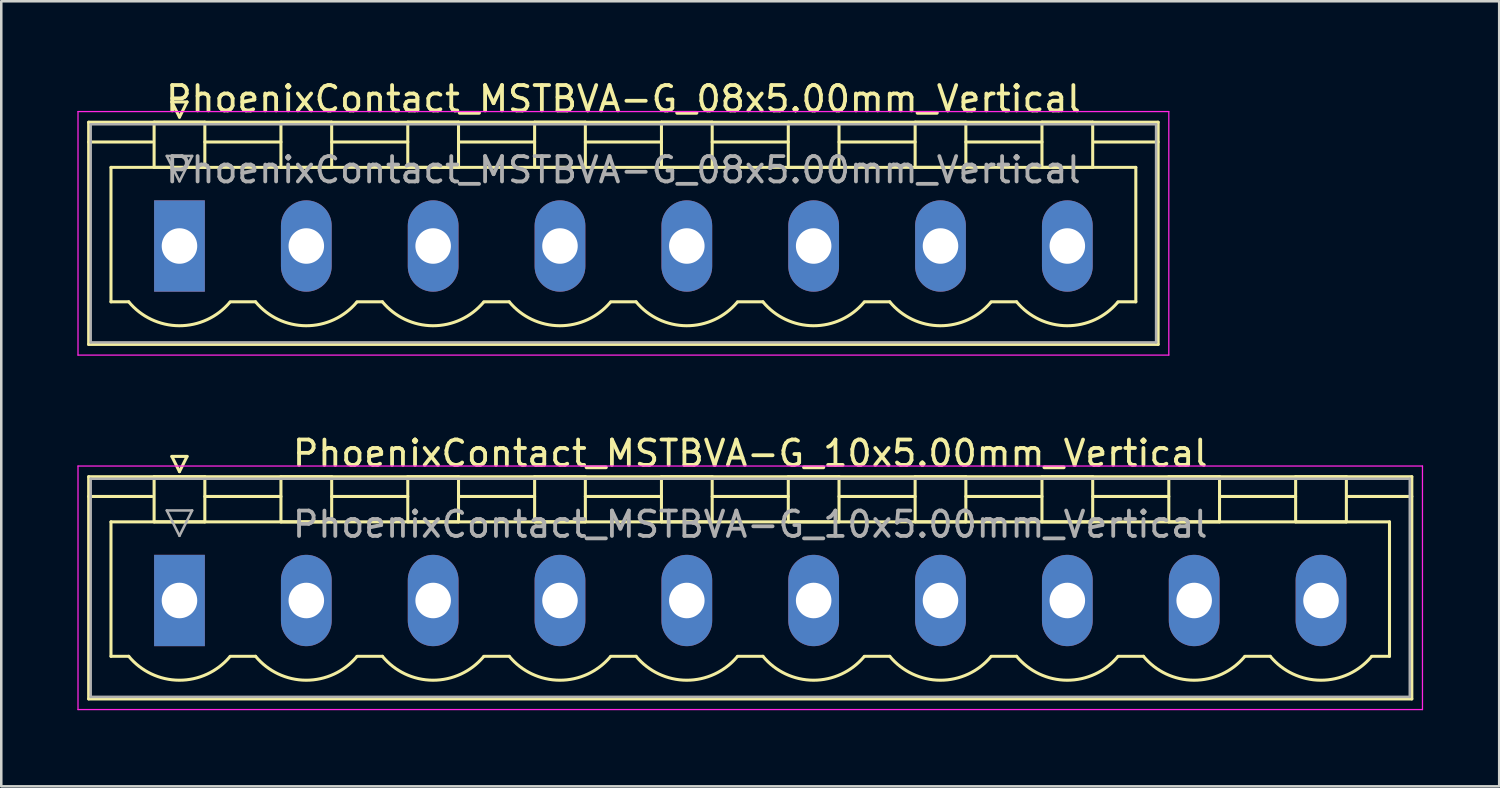
<source format=kicad_pcb>
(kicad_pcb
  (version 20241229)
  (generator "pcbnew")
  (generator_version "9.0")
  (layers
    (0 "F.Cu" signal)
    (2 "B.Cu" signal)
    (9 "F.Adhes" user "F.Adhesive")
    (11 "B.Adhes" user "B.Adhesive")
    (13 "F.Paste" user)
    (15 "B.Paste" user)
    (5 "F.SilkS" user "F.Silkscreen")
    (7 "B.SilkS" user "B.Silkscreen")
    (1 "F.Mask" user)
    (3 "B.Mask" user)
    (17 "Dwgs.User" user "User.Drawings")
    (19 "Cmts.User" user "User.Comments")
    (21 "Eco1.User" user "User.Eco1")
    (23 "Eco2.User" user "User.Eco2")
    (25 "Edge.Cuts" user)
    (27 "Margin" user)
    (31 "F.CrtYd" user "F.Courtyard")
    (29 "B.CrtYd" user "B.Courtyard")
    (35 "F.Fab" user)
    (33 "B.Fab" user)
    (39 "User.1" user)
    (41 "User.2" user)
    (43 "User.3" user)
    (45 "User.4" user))
  (footprint "PhoenixContact_MSTBVA-G_08x5.00mm_Vertical"
    (layer "F.Cu")
    (at 4.025 6.648)
    (property "Reference" "PhoenixContact_MSTBVA-G_08x5.00mm_Vertical" (at 17.5 -5.8 0) (layer "F.SilkS") (effects (font (size 1 1) (thickness 0.15))))
    (attr through_hole)
    (fp_line (start -3.58 -4.88) (end -3.58 3.88) (stroke (width 0.12) (type solid)) (layer "F.SilkS"))
    (fp_line (start -3.58 -4.1) (end -1.08 -4.1) (stroke (width 0.12) (type solid)) (layer "F.SilkS"))
    (fp_line (start -3.58 3.88) (end 38.58 3.88) (stroke (width 0.12) (type solid)) (layer "F.SilkS"))
    (fp_line (start -2.7 -3.1) (end 37.7 -3.1) (stroke (width 0.12) (type solid)) (layer "F.SilkS"))
    (fp_line (start -2.7 2.2) (end -2.7 -3.1) (stroke (width 0.12) (type solid)) (layer "F.SilkS"))
    (fp_line (start -2 2.2) (end -2.7 2.2) (stroke (width 0.12) (type solid)) (layer "F.SilkS"))
    (fp_line (start -1 -4.88) (end 1 -4.88) (stroke (width 0.12) (type solid)) (layer "F.SilkS"))
    (fp_line (start -1 -3.1) (end -1 -4.88) (stroke (width 0.12) (type solid)) (layer "F.SilkS"))
    (fp_line (start -0.3 -5.68) (end 0.3 -5.68) (stroke (width 0.12) (type solid)) (layer "F.SilkS"))
    (fp_line (start 0 -5.08) (end -0.3 -5.68) (stroke (width 0.12) (type solid)) (layer "F.SilkS"))
    (fp_line (start 0.3 -5.68) (end 0 -5.08) (stroke (width 0.12) (type solid)) (layer "F.SilkS"))
    (fp_line (start 1 -4.88) (end 1 -3.1) (stroke (width 0.12) (type solid)) (layer "F.SilkS"))
    (fp_line (start 1 -4.1) (end 4 -4.1) (stroke (width 0.12) (type solid)) (layer "F.SilkS"))
    (fp_line (start 1 -3.1) (end -1 -3.1) (stroke (width 0.12) (type solid)) (layer "F.SilkS"))
    (fp_line (start 2 2.2) (end 3 2.2) (stroke (width 0.12) (type solid)) (layer "F.SilkS"))
    (fp_line (start 4 -4.88) (end 6 -4.88) (stroke (width 0.12) (type solid)) (layer "F.SilkS"))
    (fp_line (start 4 -3.1) (end 4 -4.88) (stroke (width 0.12) (type solid)) (layer "F.SilkS"))
    (fp_line (start 6 -4.88) (end 6 -3.1) (stroke (width 0.12) (type solid)) (layer "F.SilkS"))
    (fp_line (start 6 -4.1) (end 9 -4.1) (stroke (width 0.12) (type solid)) (layer "F.SilkS"))
    (fp_line (start 6 -3.1) (end 4 -3.1) (stroke (width 0.12) (type solid)) (layer "F.SilkS"))
    (fp_line (start 7 2.2) (end 8 2.2) (stroke (width 0.12) (type solid)) (layer "F.SilkS"))
    (fp_line (start 9 -4.88) (end 11 -4.88) (stroke (width 0.12) (type solid)) (layer "F.SilkS"))
    (fp_line (start 9 -3.1) (end 9 -4.88) (stroke (width 0.12) (type solid)) (layer "F.SilkS"))
    (fp_line (start 11 -4.88) (end 11 -3.1) (stroke (width 0.12) (type solid)) (layer "F.SilkS"))
    (fp_line (start 11 -4.1) (end 14 -4.1) (stroke (width 0.12) (type solid)) (layer "F.SilkS"))
    (fp_line (start 11 -3.1) (end 9 -3.1) (stroke (width 0.12) (type solid)) (layer "F.SilkS"))
    (fp_line (start 12 2.2) (end 13 2.2) (stroke (width 0.12) (type solid)) (layer "F.SilkS"))
    (fp_line (start 14 -4.88) (end 16 -4.88) (stroke (width 0.12) (type solid)) (layer "F.SilkS"))
    (fp_line (start 14 -3.1) (end 14 -4.88) (stroke (width 0.12) (type solid)) (layer "F.SilkS"))
    (fp_line (start 16 -4.88) (end 16 -3.1) (stroke (width 0.12) (type solid)) (layer "F.SilkS"))
    (fp_line (start 16 -4.1) (end 19 -4.1) (stroke (width 0.12) (type solid)) (layer "F.SilkS"))
    (fp_line (start 16 -3.1) (end 14 -3.1) (stroke (width 0.12) (type solid)) (layer "F.SilkS"))
    (fp_line (start 17 2.2) (end 18 2.2) (stroke (width 0.12) (type solid)) (layer "F.SilkS"))
    (fp_line (start 19 -4.88) (end 21 -4.88) (stroke (width 0.12) (type solid)) (layer "F.SilkS"))
    (fp_line (start 19 -3.1) (end 19 -4.88) (stroke (width 0.12) (type solid)) (layer "F.SilkS"))
    (fp_line (start 21 -4.88) (end 21 -3.1) (stroke (width 0.12) (type solid)) (layer "F.SilkS"))
    (fp_line (start 21 -4.1) (end 24 -4.1) (stroke (width 0.12) (type solid)) (layer "F.SilkS"))
    (fp_line (start 21 -3.1) (end 19 -3.1) (stroke (width 0.12) (type solid)) (layer "F.SilkS"))
    (fp_line (start 22 2.2) (end 23 2.2) (stroke (width 0.12) (type solid)) (layer "F.SilkS"))
    (fp_line (start 24 -4.88) (end 26 -4.88) (stroke (width 0.12) (type solid)) (layer "F.SilkS"))
    (fp_line (start 24 -3.1) (end 24 -4.88) (stroke (width 0.12) (type solid)) (layer "F.SilkS"))
    (fp_line (start 26 -4.88) (end 26 -3.1) (stroke (width 0.12) (type solid)) (layer "F.SilkS"))
    (fp_line (start 26 -4.1) (end 29 -4.1) (stroke (width 0.12) (type solid)) (layer "F.SilkS"))
    (fp_line (start 26 -3.1) (end 24 -3.1) (stroke (width 0.12) (type solid)) (layer "F.SilkS"))
    (fp_line (start 27 2.2) (end 28 2.2) (stroke (width 0.12) (type solid)) (layer "F.SilkS"))
    (fp_line (start 29 -4.88) (end 31 -4.88) (stroke (width 0.12) (type solid)) (layer "F.SilkS"))
    (fp_line (start 29 -3.1) (end 29 -4.88) (stroke (width 0.12) (type solid)) (layer "F.SilkS"))
    (fp_line (start 31 -4.88) (end 31 -3.1) (stroke (width 0.12) (type solid)) (layer "F.SilkS"))
    (fp_line (start 31 -4.1) (end 34 -4.1) (stroke (width 0.12) (type solid)) (layer "F.SilkS"))
    (fp_line (start 31 -3.1) (end 29 -3.1) (stroke (width 0.12) (type solid)) (layer "F.SilkS"))
    (fp_line (start 32 2.2) (end 33 2.2) (stroke (width 0.12) (type solid)) (layer "F.SilkS"))
    (fp_line (start 34 -4.88) (end 36 -4.88) (stroke (width 0.12) (type solid)) (layer "F.SilkS"))
    (fp_line (start 34 -3.1) (end 34 -4.88) (stroke (width 0.12) (type solid)) (layer "F.SilkS"))
    (fp_line (start 36 -4.88) (end 36 -3.1) (stroke (width 0.12) (type solid)) (layer "F.SilkS"))
    (fp_line (start 36 -3.1) (end 34 -3.1) (stroke (width 0.12) (type solid)) (layer "F.SilkS"))
    (fp_line (start 37.7 -3.1) (end 37.7 2.2) (stroke (width 0.12) (type solid)) (layer "F.SilkS"))
    (fp_line (start 37.7 2.2) (end 37 2.2) (stroke (width 0.12) (type solid)) (layer "F.SilkS"))
    (fp_line (start 38.58 -4.88) (end -3.58 -4.88) (stroke (width 0.12) (type solid)) (layer "F.SilkS"))
    (fp_line (start 38.58 -4.1) (end 36.08 -4.1) (stroke (width 0.12) (type solid)) (layer "F.SilkS"))
    (fp_line (start 38.58 3.88) (end 38.58 -4.88) (stroke (width 0.12) (type solid)) (layer "F.SilkS"))
    (fp_arc (start 1.986842 2.215821) (mid -0.010289 3.142758) (end -2 2.2) (stroke (width 0.12) (type solid)) (layer "F.SilkS"))
    (fp_arc (start 6.986842 2.215821) (mid 4.989711 3.142758) (end 3 2.2) (stroke (width 0.12) (type solid)) (layer "F.SilkS"))
    (fp_arc (start 11.986842 2.215821) (mid 9.989711 3.142758) (end 8 2.2) (stroke (width 0.12) (type solid)) (layer "F.SilkS"))
    (fp_arc (start 16.986842 2.215821) (mid 14.989711 3.142758) (end 13 2.2) (stroke (width 0.12) (type solid)) (layer "F.SilkS"))
    (fp_arc (start 21.986842 2.215821) (mid 19.989711 3.142758) (end 18 2.2) (stroke (width 0.12) (type solid)) (layer "F.SilkS"))
    (fp_arc (start 26.986842 2.215821) (mid 24.989711 3.142758) (end 23 2.2) (stroke (width 0.12) (type solid)) (layer "F.SilkS"))
    (fp_arc (start 31.986842 2.215821) (mid 29.989711 3.142758) (end 28 2.2) (stroke (width 0.12) (type solid)) (layer "F.SilkS"))
    (fp_arc (start 36.986842 2.215821) (mid 34.989711 3.142758) (end 33 2.2) (stroke (width 0.12) (type solid)) (layer "F.SilkS"))
    (fp_line (start -4 -5.3) (end -4 4.3) (stroke (width 0.05) (type solid)) (layer "F.CrtYd"))
    (fp_line (start -4 4.3) (end 39 4.3) (stroke (width 0.05) (type solid)) (layer "F.CrtYd"))
    (fp_line (start 39 -5.3) (end -4 -5.3) (stroke (width 0.05) (type solid)) (layer "F.CrtYd"))
    (fp_line (start 39 4.3) (end 39 -5.3) (stroke (width 0.05) (type solid)) (layer "F.CrtYd"))
    (fp_line (start -3.5 -4.8) (end -3.5 3.8) (stroke (width 0.1) (type solid)) (layer "F.Fab"))
    (fp_line (start -3.5 3.8) (end 38.5 3.8) (stroke (width 0.1) (type solid)) (layer "F.Fab"))
    (fp_line (start -0.5 -3.55) (end 0.5 -3.55) (stroke (width 0.1) (type solid)) (layer "F.Fab"))
    (fp_line (start 0 -2.55) (end -0.5 -3.55) (stroke (width 0.1) (type solid)) (layer "F.Fab"))
    (fp_line (start 0.5 -3.55) (end 0 -2.55) (stroke (width 0.1) (type solid)) (layer "F.Fab"))
    (fp_line (start 38.5 -4.8) (end -3.5 -4.8) (stroke (width 0.1) (type solid)) (layer "F.Fab"))
    (fp_line (start 38.5 3.8) (end 38.5 -4.8) (stroke (width 0.1) (type solid)) (layer "F.Fab"))
    (fp_text user "${REFERENCE}" (at 17.5 -3 0) (layer "F.Fab") (effects (font (size 1 1) (thickness 0.15))))
    (pad "1" thru_hole rect (at 0 0) (size 2 3.6) (drill 1.4) (layers "*.Cu" "*.Mask"))
    (pad "2" thru_hole oval (at 5 0) (size 2 3.6) (drill 1.4) (layers "*.Cu" "*.Mask"))
    (pad "3" thru_hole oval (at 10 0) (size 2 3.6) (drill 1.4) (layers "*.Cu" "*.Mask"))
    (pad "4" thru_hole oval (at 15 0) (size 2 3.6) (drill 1.4) (layers "*.Cu" "*.Mask"))
    (pad "5" thru_hole oval (at 20 0) (size 2 3.6) (drill 1.4) (layers "*.Cu" "*.Mask"))
    (pad "6" thru_hole oval (at 25 0) (size 2 3.6) (drill 1.4) (layers "*.Cu" "*.Mask"))
    (pad "7" thru_hole oval (at 30 0) (size 2 3.6) (drill 1.4) (layers "*.Cu" "*.Mask"))
    (pad "8" thru_hole oval (at 35 0) (size 2 3.6) (drill 1.4) (layers "*.Cu" "*.Mask")))
  (footprint "PhoenixContact_MSTBVA-G_10x5.00mm_Vertical"
    (layer "F.Cu")
    (at 4.025 20.622)
    (property "Reference" "PhoenixContact_MSTBVA-G_10x5.00mm_Vertical" (at 22.5 -5.8 0) (layer "F.SilkS") (effects (font (size 1 1) (thickness 0.15))))
    (attr through_hole)
    (fp_line (start -3.58 -4.88) (end -3.58 3.88) (stroke (width 0.12) (type solid)) (layer "F.SilkS"))
    (fp_line (start -3.58 -4.1) (end -1.08 -4.1) (stroke (width 0.12) (type solid)) (layer "F.SilkS"))
    (fp_line (start -3.58 3.88) (end 48.58 3.88) (stroke (width 0.12) (type solid)) (layer "F.SilkS"))
    (fp_line (start -2.7 -3.1) (end 47.7 -3.1) (stroke (width 0.12) (type solid)) (layer "F.SilkS"))
    (fp_line (start -2.7 2.2) (end -2.7 -3.1) (stroke (width 0.12) (type solid)) (layer "F.SilkS"))
    (fp_line (start -2 2.2) (end -2.7 2.2) (stroke (width 0.12) (type solid)) (layer "F.SilkS"))
    (fp_line (start -1 -4.88) (end 1 -4.88) (stroke (width 0.12) (type solid)) (layer "F.SilkS"))
    (fp_line (start -1 -3.1) (end -1 -4.88) (stroke (width 0.12) (type solid)) (layer "F.SilkS"))
    (fp_line (start -0.3 -5.68) (end 0.3 -5.68) (stroke (width 0.12) (type solid)) (layer "F.SilkS"))
    (fp_line (start 0 -5.08) (end -0.3 -5.68) (stroke (width 0.12) (type solid)) (layer "F.SilkS"))
    (fp_line (start 0.3 -5.68) (end 0 -5.08) (stroke (width 0.12) (type solid)) (layer "F.SilkS"))
    (fp_line (start 1 -4.88) (end 1 -3.1) (stroke (width 0.12) (type solid)) (layer "F.SilkS"))
    (fp_line (start 1 -4.1) (end 4 -4.1) (stroke (width 0.12) (type solid)) (layer "F.SilkS"))
    (fp_line (start 1 -3.1) (end -1 -3.1) (stroke (width 0.12) (type solid)) (layer "F.SilkS"))
    (fp_line (start 2 2.2) (end 3 2.2) (stroke (width 0.12) (type solid)) (layer "F.SilkS"))
    (fp_line (start 4 -4.88) (end 6 -4.88) (stroke (width 0.12) (type solid)) (layer "F.SilkS"))
    (fp_line (start 4 -3.1) (end 4 -4.88) (stroke (width 0.12) (type solid)) (layer "F.SilkS"))
    (fp_line (start 6 -4.88) (end 6 -3.1) (stroke (width 0.12) (type solid)) (layer "F.SilkS"))
    (fp_line (start 6 -4.1) (end 9 -4.1) (stroke (width 0.12) (type solid)) (layer "F.SilkS"))
    (fp_line (start 6 -3.1) (end 4 -3.1) (stroke (width 0.12) (type solid)) (layer "F.SilkS"))
    (fp_line (start 7 2.2) (end 8 2.2) (stroke (width 0.12) (type solid)) (layer "F.SilkS"))
    (fp_line (start 9 -4.88) (end 11 -4.88) (stroke (width 0.12) (type solid)) (layer "F.SilkS"))
    (fp_line (start 9 -3.1) (end 9 -4.88) (stroke (width 0.12) (type solid)) (layer "F.SilkS"))
    (fp_line (start 11 -4.88) (end 11 -3.1) (stroke (width 0.12) (type solid)) (layer "F.SilkS"))
    (fp_line (start 11 -4.1) (end 14 -4.1) (stroke (width 0.12) (type solid)) (layer "F.SilkS"))
    (fp_line (start 11 -3.1) (end 9 -3.1) (stroke (width 0.12) (type solid)) (layer "F.SilkS"))
    (fp_line (start 12 2.2) (end 13 2.2) (stroke (width 0.12) (type solid)) (layer "F.SilkS"))
    (fp_line (start 14 -4.88) (end 16 -4.88) (stroke (width 0.12) (type solid)) (layer "F.SilkS"))
    (fp_line (start 14 -3.1) (end 14 -4.88) (stroke (width 0.12) (type solid)) (layer "F.SilkS"))
    (fp_line (start 16 -4.88) (end 16 -3.1) (stroke (width 0.12) (type solid)) (layer "F.SilkS"))
    (fp_line (start 16 -4.1) (end 19 -4.1) (stroke (width 0.12) (type solid)) (layer "F.SilkS"))
    (fp_line (start 16 -3.1) (end 14 -3.1) (stroke (width 0.12) (type solid)) (layer "F.SilkS"))
    (fp_line (start 17 2.2) (end 18 2.2) (stroke (width 0.12) (type solid)) (layer "F.SilkS"))
    (fp_line (start 19 -4.88) (end 21 -4.88) (stroke (width 0.12) (type solid)) (layer "F.SilkS"))
    (fp_line (start 19 -3.1) (end 19 -4.88) (stroke (width 0.12) (type solid)) (layer "F.SilkS"))
    (fp_line (start 21 -4.88) (end 21 -3.1) (stroke (width 0.12) (type solid)) (layer "F.SilkS"))
    (fp_line (start 21 -4.1) (end 24 -4.1) (stroke (width 0.12) (type solid)) (layer "F.SilkS"))
    (fp_line (start 21 -3.1) (end 19 -3.1) (stroke (width 0.12) (type solid)) (layer "F.SilkS"))
    (fp_line (start 22 2.2) (end 23 2.2) (stroke (width 0.12) (type solid)) (layer "F.SilkS"))
    (fp_line (start 24 -4.88) (end 26 -4.88) (stroke (width 0.12) (type solid)) (layer "F.SilkS"))
    (fp_line (start 24 -3.1) (end 24 -4.88) (stroke (width 0.12) (type solid)) (layer "F.SilkS"))
    (fp_line (start 26 -4.88) (end 26 -3.1) (stroke (width 0.12) (type solid)) (layer "F.SilkS"))
    (fp_line (start 26 -4.1) (end 29 -4.1) (stroke (width 0.12) (type solid)) (layer "F.SilkS"))
    (fp_line (start 26 -3.1) (end 24 -3.1) (stroke (width 0.12) (type solid)) (layer "F.SilkS"))
    (fp_line (start 27 2.2) (end 28 2.2) (stroke (width 0.12) (type solid)) (layer "F.SilkS"))
    (fp_line (start 29 -4.88) (end 31 -4.88) (stroke (width 0.12) (type solid)) (layer "F.SilkS"))
    (fp_line (start 29 -3.1) (end 29 -4.88) (stroke (width 0.12) (type solid)) (layer "F.SilkS"))
    (fp_line (start 31 -4.88) (end 31 -3.1) (stroke (width 0.12) (type solid)) (layer "F.SilkS"))
    (fp_line (start 31 -4.1) (end 34 -4.1) (stroke (width 0.12) (type solid)) (layer "F.SilkS"))
    (fp_line (start 31 -3.1) (end 29 -3.1) (stroke (width 0.12) (type solid)) (layer "F.SilkS"))
    (fp_line (start 32 2.2) (end 33 2.2) (stroke (width 0.12) (type solid)) (layer "F.SilkS"))
    (fp_line (start 34 -4.88) (end 36 -4.88) (stroke (width 0.12) (type solid)) (layer "F.SilkS"))
    (fp_line (start 34 -3.1) (end 34 -4.88) (stroke (width 0.12) (type solid)) (layer "F.SilkS"))
    (fp_line (start 36 -4.88) (end 36 -3.1) (stroke (width 0.12) (type solid)) (layer "F.SilkS"))
    (fp_line (start 36 -4.1) (end 39 -4.1) (stroke (width 0.12) (type solid)) (layer "F.SilkS"))
    (fp_line (start 36 -3.1) (end 34 -3.1) (stroke (width 0.12) (type solid)) (layer "F.SilkS"))
    (fp_line (start 37 2.2) (end 38 2.2) (stroke (width 0.12) (type solid)) (layer "F.SilkS"))
    (fp_line (start 39 -4.88) (end 41 -4.88) (stroke (width 0.12) (type solid)) (layer "F.SilkS"))
    (fp_line (start 39 -3.1) (end 39 -4.88) (stroke (width 0.12) (type solid)) (layer "F.SilkS"))
    (fp_line (start 41 -4.88) (end 41 -3.1) (stroke (width 0.12) (type solid)) (layer "F.SilkS"))
    (fp_line (start 41 -4.1) (end 44 -4.1) (stroke (width 0.12) (type solid)) (layer "F.SilkS"))
    (fp_line (start 41 -3.1) (end 39 -3.1) (stroke (width 0.12) (type solid)) (layer "F.SilkS"))
    (fp_line (start 42 2.2) (end 43 2.2) (stroke (width 0.12) (type solid)) (layer "F.SilkS"))
    (fp_line (start 44 -4.88) (end 46 -4.88) (stroke (width 0.12) (type solid)) (layer "F.SilkS"))
    (fp_line (start 44 -3.1) (end 44 -4.88) (stroke (width 0.12) (type solid)) (layer "F.SilkS"))
    (fp_line (start 46 -4.88) (end 46 -3.1) (stroke (width 0.12) (type solid)) (layer "F.SilkS"))
    (fp_line (start 46 -3.1) (end 44 -3.1) (stroke (width 0.12) (type solid)) (layer "F.SilkS"))
    (fp_line (start 47.7 -3.1) (end 47.7 2.2) (stroke (width 0.12) (type solid)) (layer "F.SilkS"))
    (fp_line (start 47.7 2.2) (end 47 2.2) (stroke (width 0.12) (type solid)) (layer "F.SilkS"))
    (fp_line (start 48.58 -4.88) (end -3.58 -4.88) (stroke (width 0.12) (type solid)) (layer "F.SilkS"))
    (fp_line (start 48.58 -4.1) (end 46.08 -4.1) (stroke (width 0.12) (type solid)) (layer "F.SilkS"))
    (fp_line (start 48.58 3.88) (end 48.58 -4.88) (stroke (width 0.12) (type solid)) (layer "F.SilkS"))
    (fp_arc (start 1.986842 2.215821) (mid -0.010289 3.142758) (end -2 2.2) (stroke (width 0.12) (type solid)) (layer "F.SilkS"))
    (fp_arc (start 6.986842 2.215821) (mid 4.989711 3.142758) (end 3 2.2) (stroke (width 0.12) (type solid)) (layer "F.SilkS"))
    (fp_arc (start 11.986842 2.215821) (mid 9.989711 3.142758) (end 8 2.2) (stroke (width 0.12) (type solid)) (layer "F.SilkS"))
    (fp_arc (start 16.986842 2.215821) (mid 14.989711 3.142758) (end 13 2.2) (stroke (width 0.12) (type solid)) (layer "F.SilkS"))
    (fp_arc (start 21.986842 2.215821) (mid 19.989711 3.142758) (end 18 2.2) (stroke (width 0.12) (type solid)) (layer "F.SilkS"))
    (fp_arc (start 26.986842 2.215821) (mid 24.989711 3.142758) (end 23 2.2) (stroke (width 0.12) (type solid)) (layer "F.SilkS"))
    (fp_arc (start 31.986842 2.215821) (mid 29.989711 3.142758) (end 28 2.2) (stroke (width 0.12) (type solid)) (layer "F.SilkS"))
    (fp_arc (start 36.986842 2.215821) (mid 34.989711 3.142758) (end 33 2.2) (stroke (width 0.12) (type solid)) (layer "F.SilkS"))
    (fp_arc (start 41.986842 2.215821) (mid 39.989711 3.142758) (end 38 2.2) (stroke (width 0.12) (type solid)) (layer "F.SilkS"))
    (fp_arc (start 46.986842 2.215821) (mid 44.989711 3.142758) (end 43 2.2) (stroke (width 0.12) (type solid)) (layer "F.SilkS"))
    (fp_line (start -4 -5.3) (end -4 4.3) (stroke (width 0.05) (type solid)) (layer "F.CrtYd"))
    (fp_line (start -4 4.3) (end 49 4.3) (stroke (width 0.05) (type solid)) (layer "F.CrtYd"))
    (fp_line (start 49 -5.3) (end -4 -5.3) (stroke (width 0.05) (type solid)) (layer "F.CrtYd"))
    (fp_line (start 49 4.3) (end 49 -5.3) (stroke (width 0.05) (type solid)) (layer "F.CrtYd"))
    (fp_line (start -3.5 -4.8) (end -3.5 3.8) (stroke (width 0.1) (type solid)) (layer "F.Fab"))
    (fp_line (start -3.5 3.8) (end 48.5 3.8) (stroke (width 0.1) (type solid)) (layer "F.Fab"))
    (fp_line (start -0.5 -3.55) (end 0.5 -3.55) (stroke (width 0.1) (type solid)) (layer "F.Fab"))
    (fp_line (start 0 -2.55) (end -0.5 -3.55) (stroke (width 0.1) (type solid)) (layer "F.Fab"))
    (fp_line (start 0.5 -3.55) (end 0 -2.55) (stroke (width 0.1) (type solid)) (layer "F.Fab"))
    (fp_line (start 48.5 -4.8) (end -3.5 -4.8) (stroke (width 0.1) (type solid)) (layer "F.Fab"))
    (fp_line (start 48.5 3.8) (end 48.5 -4.8) (stroke (width 0.1) (type solid)) (layer "F.Fab"))
    (fp_text user "${REFERENCE}" (at 22.5 -3 0) (layer "F.Fab") (effects (font (size 1 1) (thickness 0.15))))
    (pad "1" thru_hole rect (at 0 0) (size 2 3.6) (drill 1.4) (layers "*.Cu" "*.Mask"))
    (pad "2" thru_hole oval (at 5 0) (size 2 3.6) (drill 1.4) (layers "*.Cu" "*.Mask"))
    (pad "3" thru_hole oval (at 10 0) (size 2 3.6) (drill 1.4) (layers "*.Cu" "*.Mask"))
    (pad "4" thru_hole oval (at 15 0) (size 2 3.6) (drill 1.4) (layers "*.Cu" "*.Mask"))
    (pad "5" thru_hole oval (at 20 0) (size 2 3.6) (drill 1.4) (layers "*.Cu" "*.Mask"))
    (pad "6" thru_hole oval (at 25 0) (size 2 3.6) (drill 1.4) (layers "*.Cu" "*.Mask"))
    (pad "7" thru_hole oval (at 30 0) (size 2 3.6) (drill 1.4) (layers "*.Cu" "*.Mask"))
    (pad "8" thru_hole oval (at 35 0) (size 2 3.6) (drill 1.4) (layers "*.Cu" "*.Mask"))
    (pad "9" thru_hole oval (at 40 0) (size 2 3.6) (drill 1.4) (layers "*.Cu" "*.Mask"))
    (pad "10" thru_hole oval (at 45 0) (size 2 3.6) (drill 1.4) (layers "*.Cu" "*.Mask")))
  (gr_rect
    (start -3 -3)
    (end 56.05 27.947)
    (stroke (width 0.1) (type default))
    (fill no)
    (layer "Edge.Cuts")))
</source>
